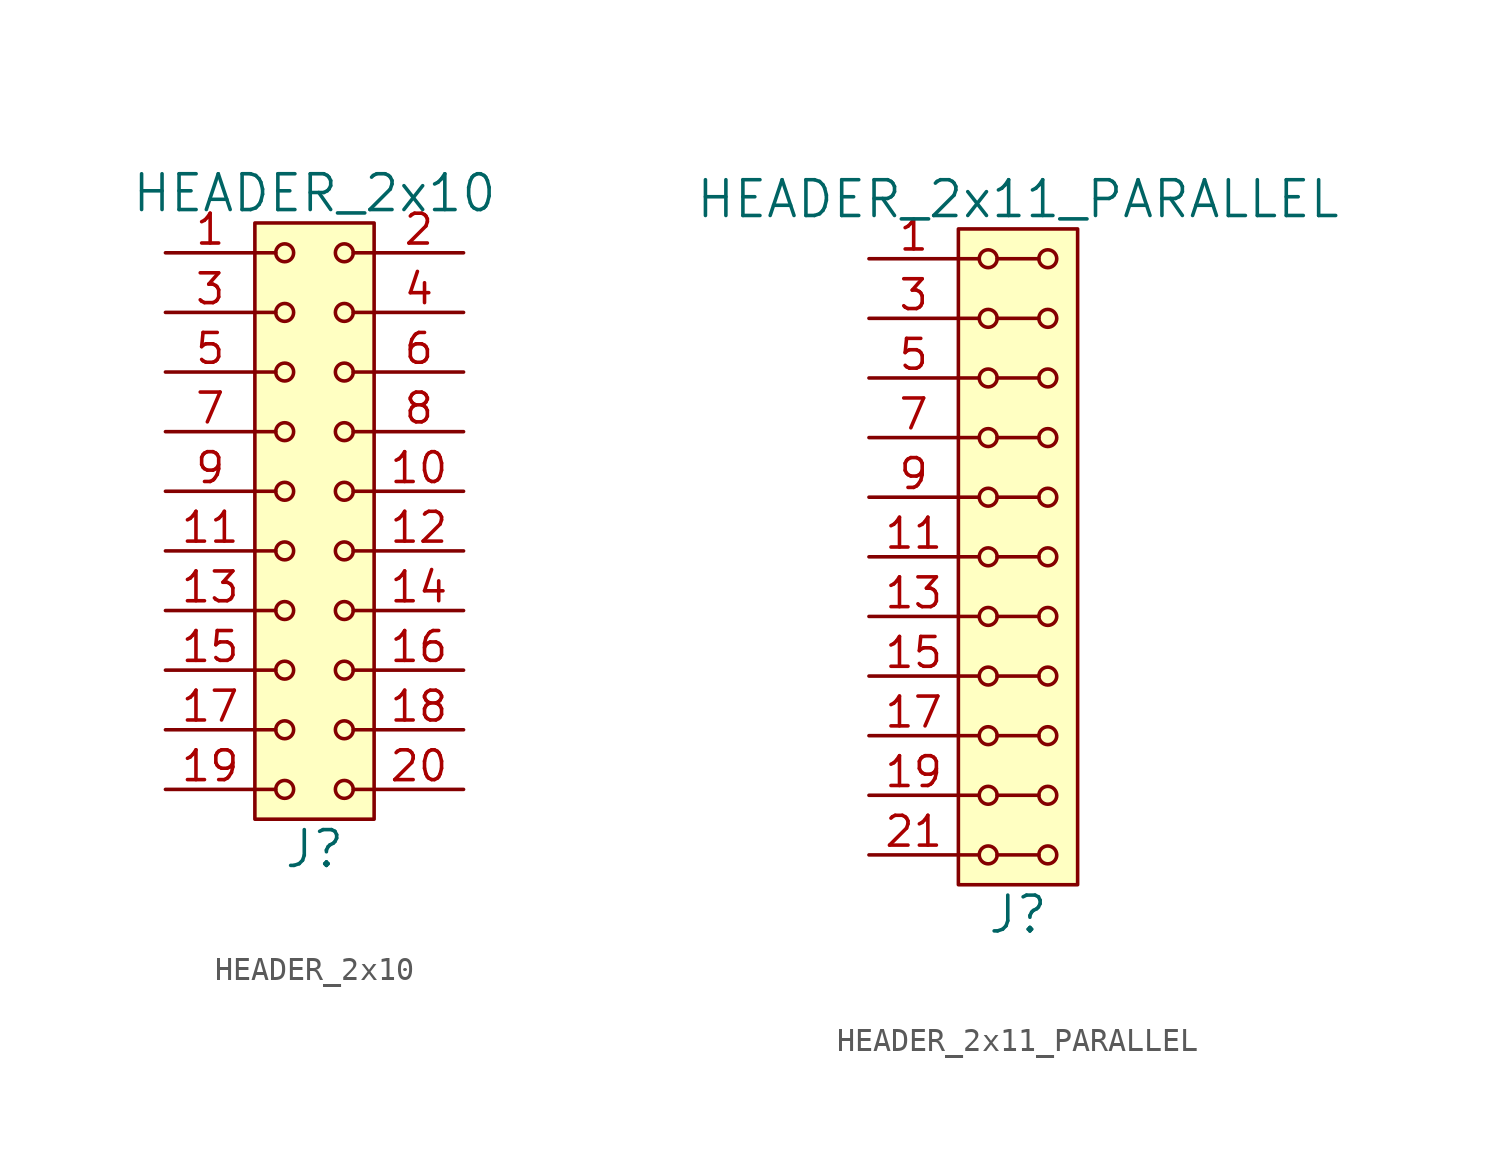
<source format=kicad_sym>
(kicad_symbol_lib
  (version 20211014)
  (generator kicad_symbol_editor)
  (symbol "HEADER_2x10"
    (pin_names
      (offset 1.016))
    (property "Reference" "J"
      (at 0 -13.97 0)
      (effects (font (size 1.524 1.524))))
    (property "Value" "HEADER_2x10"
      (at 0 13.97 0)
      (effects (font (size 1.524 1.524))))
    (property "Footprint" ""
      (at 0 11.43 0)
      (effects (font (size 1.524 1.524))))
    (property "Datasheet" ""
      (at 0 11.43 0)
      (effects (font (size 1.524 1.524))))
    (symbol "HEADER_2x10_0_1"
      (rectangle (start -2.54 12.7) (end 2.54 -12.7) (stroke (width 0) (type default) (color 0 0 0 0)) (fill (type background)))
      (circle (center -1.27 -11.43) (radius 0.381) (stroke (width 0) (type default) (color 0 0 0 0)) (fill (type none)))
      (circle (center -1.27 -8.89) (radius 0.381) (stroke (width 0) (type default) (color 0 0 0 0)) (fill (type none)))
      (circle (center -1.27 -6.35) (radius 0.381) (stroke (width 0) (type default) (color 0 0 0 0)) (fill (type none)))
      (circle (center -1.27 -3.81) (radius 0.381) (stroke (width 0) (type default) (color 0 0 0 0)) (fill (type none)))
      (circle (center -1.27 -1.27) (radius 0.381) (stroke (width 0) (type default) (color 0 0 0 0)) (fill (type none)))
      (circle (center -1.27 1.27) (radius 0.381) (stroke (width 0) (type default) (color 0 0 0 0)) (fill (type none)))
      (circle (center -1.27 3.81) (radius 0.381) (stroke (width 0) (type default) (color 0 0 0 0)) (fill (type none)))
      (circle (center -1.27 6.35) (radius 0.381) (stroke (width 0) (type default) (color 0 0 0 0)) (fill (type none)))
      (circle (center -1.27 8.89) (radius 0.381) (stroke (width 0) (type default) (color 0 0 0 0)) (fill (type none)))
      (circle (center -1.27 11.43) (radius 0.381) (stroke (width 0) (type default) (color 0 0 0 0)) (fill (type none)))
      (polyline (pts (xy -1.651 -11.43) (xy -2.54 -11.43)) (stroke (width 0) (type default) (color 0 0 0 0)) (fill (type none)))
      (polyline (pts (xy -1.651 -8.89) (xy -2.54 -8.89)) (stroke (width 0) (type default) (color 0 0 0 0)) (fill (type none)))
      (polyline (pts (xy -1.651 -6.35) (xy -2.54 -6.35)) (stroke (width 0) (type default) (color 0 0 0 0)) (fill (type none)))
      (polyline (pts (xy -1.651 -3.81) (xy -2.54 -3.81)) (stroke (width 0) (type default) (color 0 0 0 0)) (fill (type none)))
      (polyline (pts (xy -1.651 -1.27) (xy -2.54 -1.27)) (stroke (width 0) (type default) (color 0 0 0 0)) (fill (type none)))
      (polyline (pts (xy -1.651 1.27) (xy -2.54 1.27)) (stroke (width 0) (type default) (color 0 0 0 0)) (fill (type none)))
      (polyline (pts (xy -1.651 3.81) (xy -2.54 3.81)) (stroke (width 0) (type default) (color 0 0 0 0)) (fill (type none)))
      (polyline (pts (xy -1.651 6.35) (xy -2.54 6.35)) (stroke (width 0) (type default) (color 0 0 0 0)) (fill (type none)))
      (polyline (pts (xy -1.651 8.89) (xy -2.54 8.89)) (stroke (width 0) (type default) (color 0 0 0 0)) (fill (type none)))
      (polyline (pts (xy -1.651 11.43) (xy -2.54 11.43)) (stroke (width 0) (type default) (color 0 0 0 0)) (fill (type none)))
      (polyline (pts (xy 1.651 -11.43) (xy 2.54 -11.43)) (stroke (width 0) (type default) (color 0 0 0 0)) (fill (type none)))
      (polyline (pts (xy 1.651 -8.89) (xy 2.54 -8.89)) (stroke (width 0) (type default) (color 0 0 0 0)) (fill (type none)))
      (polyline (pts (xy 1.651 -6.35) (xy 2.54 -6.35)) (stroke (width 0) (type default) (color 0 0 0 0)) (fill (type none)))
      (polyline (pts (xy 1.651 -3.81) (xy 2.54 -3.81)) (stroke (width 0) (type default) (color 0 0 0 0)) (fill (type none)))
      (polyline (pts (xy 1.651 -1.27) (xy 2.54 -1.27)) (stroke (width 0) (type default) (color 0 0 0 0)) (fill (type none)))
      (polyline (pts (xy 1.651 1.27) (xy 2.54 1.27)) (stroke (width 0) (type default) (color 0 0 0 0)) (fill (type none)))
      (polyline (pts (xy 1.651 3.81) (xy 2.54 3.81)) (stroke (width 0) (type default) (color 0 0 0 0)) (fill (type none)))
      (polyline (pts (xy 1.651 6.35) (xy 2.54 6.35)) (stroke (width 0) (type default) (color 0 0 0 0)) (fill (type none)))
      (polyline (pts (xy 1.651 8.89) (xy 2.54 8.89)) (stroke (width 0) (type default) (color 0 0 0 0)) (fill (type none)))
      (polyline (pts (xy 1.651 11.43) (xy 2.54 11.43)) (stroke (width 0) (type default) (color 0 0 0 0)) (fill (type none)))
      (circle (center 1.27 -11.43) (radius 0.381) (stroke (width 0) (type default) (color 0 0 0 0)) (fill (type none)))
      (circle (center 1.27 -8.89) (radius 0.381) (stroke (width 0) (type default) (color 0 0 0 0)) (fill (type none)))
      (circle (center 1.27 -6.35) (radius 0.381) (stroke (width 0) (type default) (color 0 0 0 0)) (fill (type none)))
      (circle (center 1.27 -3.81) (radius 0.381) (stroke (width 0) (type default) (color 0 0 0 0)) (fill (type none)))
      (circle (center 1.27 -1.27) (radius 0.381) (stroke (width 0) (type default) (color 0 0 0 0)) (fill (type none)))
      (circle (center 1.27 1.27) (radius 0.381) (stroke (width 0) (type default) (color 0 0 0 0)) (fill (type none)))
      (circle (center 1.27 3.81) (radius 0.381) (stroke (width 0) (type default) (color 0 0 0 0)) (fill (type none)))
      (circle (center 1.27 6.35) (radius 0.381) (stroke (width 0) (type default) (color 0 0 0 0)) (fill (type none)))
      (circle (center 1.27 8.89) (radius 0.381) (stroke (width 0) (type default) (color 0 0 0 0)) (fill (type none)))
      (circle (center 1.27 11.43) (radius 0.381) (stroke (width 0) (type default) (color 0 0 0 0)) (fill (type none))))
    (symbol "HEADER_2x10_1_1"
      (pin input line (at -6.35 11.43 0) (length 3.81) (name "~" (effects (font (size 1.27 1.27)))) (number "1" (effects (font (size 1.27 1.27)))))
      (pin input line (at 6.35 1.27 180) (length 3.81) (name "~" (effects (font (size 1.27 1.27)))) (number "10" (effects (font (size 1.27 1.27)))))
      (pin input line (at -6.35 -1.27 0) (length 3.81) (name "~" (effects (font (size 1.27 1.27)))) (number "11" (effects (font (size 1.27 1.27)))))
      (pin input line (at 6.35 -1.27 180) (length 3.81) (name "~" (effects (font (size 1.27 1.27)))) (number "12" (effects (font (size 1.27 1.27)))))
      (pin input line (at -6.35 -3.81 0) (length 3.81) (name "~" (effects (font (size 1.27 1.27)))) (number "13" (effects (font (size 1.27 1.27)))))
      (pin input line (at 6.35 -3.81 180) (length 3.81) (name "~" (effects (font (size 1.27 1.27)))) (number "14" (effects (font (size 1.27 1.27)))))
      (pin input line (at -6.35 -6.35 0) (length 3.81) (name "~" (effects (font (size 1.27 1.27)))) (number "15" (effects (font (size 1.27 1.27)))))
      (pin input line (at 6.35 -6.35 180) (length 3.81) (name "~" (effects (font (size 1.27 1.27)))) (number "16" (effects (font (size 1.27 1.27)))))
      (pin input line (at -6.35 -8.89 0) (length 3.81) (name "~" (effects (font (size 1.27 1.27)))) (number "17" (effects (font (size 1.27 1.27)))))
      (pin input line (at 6.35 -8.89 180) (length 3.81) (name "~" (effects (font (size 1.27 1.27)))) (number "18" (effects (font (size 1.27 1.27)))))
      (pin input line (at -6.35 -11.43 0) (length 3.81) (name "~" (effects (font (size 1.27 1.27)))) (number "19" (effects (font (size 1.27 1.27)))))
      (pin input line (at 6.35 11.43 180) (length 3.81) (name "~" (effects (font (size 1.27 1.27)))) (number "2" (effects (font (size 1.27 1.27)))))
      (pin input line (at 6.35 -11.43 180) (length 3.81) (name "~" (effects (font (size 1.27 1.27)))) (number "20" (effects (font (size 1.27 1.27)))))
      (pin input line (at -6.35 8.89 0) (length 3.81) (name "~" (effects (font (size 1.27 1.27)))) (number "3" (effects (font (size 1.27 1.27)))))
      (pin input line (at 6.35 8.89 180) (length 3.81) (name "~" (effects (font (size 1.27 1.27)))) (number "4" (effects (font (size 1.27 1.27)))))
      (pin input line (at -6.35 6.35 0) (length 3.81) (name "~" (effects (font (size 1.27 1.27)))) (number "5" (effects (font (size 1.27 1.27)))))
      (pin input line (at 6.35 6.35 180) (length 3.81) (name "~" (effects (font (size 1.27 1.27)))) (number "6" (effects (font (size 1.27 1.27)))))
      (pin input line (at -6.35 3.81 0) (length 3.81) (name "~" (effects (font (size 1.27 1.27)))) (number "7" (effects (font (size 1.27 1.27)))))
      (pin input line (at 6.35 3.81 180) (length 3.81) (name "~" (effects (font (size 1.27 1.27)))) (number "8" (effects (font (size 1.27 1.27)))))
      (pin input line (at -6.35 1.27 0) (length 3.81) (name "~" (effects (font (size 1.27 1.27)))) (number "9" (effects (font (size 1.27 1.27)))))))
  (symbol "HEADER_2x11_PARALLEL"
    (pin_names
      (offset 1.016))
    (property "Reference" "J"
      (at 0 -15.24 0)
      (effects (font (size 1.524 1.524))))
    (property "Value" "HEADER_2x11_PARALLEL"
      (at 0 15.24 0)
      (effects (font (size 1.524 1.524))))
    (property "Footprint" ""
      (at 0 12.7 0)
      (effects (font (size 1.524 1.524))))
    (property "Datasheet" ""
      (at 0 12.7 0)
      (effects (font (size 1.524 1.524))))
    (symbol "HEADER_2x11_PARALLEL_0_1"
      (rectangle (start -2.54 13.97) (end 2.54 -13.97) (stroke (width 0) (type default) (color 0 0 0 0)) (fill (type background)))
      (circle (center -1.27 -12.7) (radius 0.381) (stroke (width 0) (type default) (color 0 0 0 0)) (fill (type none)))
      (circle (center -1.27 -10.16) (radius 0.381) (stroke (width 0) (type default) (color 0 0 0 0)) (fill (type none)))
      (circle (center -1.27 -7.62) (radius 0.381) (stroke (width 0) (type default) (color 0 0 0 0)) (fill (type none)))
      (circle (center -1.27 -5.08) (radius 0.381) (stroke (width 0) (type default) (color 0 0 0 0)) (fill (type none)))
      (circle (center -1.27 -2.54) (radius 0.381) (stroke (width 0) (type default) (color 0 0 0 0)) (fill (type none)))
      (circle (center -1.27 0) (radius 0.381) (stroke (width 0) (type default) (color 0 0 0 0)) (fill (type none)))
      (circle (center -1.27 2.54) (radius 0.381) (stroke (width 0) (type default) (color 0 0 0 0)) (fill (type none)))
      (circle (center -1.27 5.08) (radius 0.381) (stroke (width 0) (type default) (color 0 0 0 0)) (fill (type none)))
      (circle (center -1.27 7.62) (radius 0.381) (stroke (width 0) (type default) (color 0 0 0 0)) (fill (type none)))
      (circle (center -1.27 10.16) (radius 0.381) (stroke (width 0) (type default) (color 0 0 0 0)) (fill (type none)))
      (circle (center -1.27 12.7) (radius 0.381) (stroke (width 0) (type default) (color 0 0 0 0)) (fill (type none)))
      (polyline (pts (xy -1.651 -12.7) (xy -2.54 -12.7)) (stroke (width 0) (type default) (color 0 0 0 0)) (fill (type none)))
      (polyline (pts (xy -1.651 -10.16) (xy -2.54 -10.16)) (stroke (width 0) (type default) (color 0 0 0 0)) (fill (type none)))
      (polyline (pts (xy -1.651 -7.62) (xy -2.54 -7.62)) (stroke (width 0) (type default) (color 0 0 0 0)) (fill (type none)))
      (polyline (pts (xy -1.651 -5.08) (xy -2.54 -5.08)) (stroke (width 0) (type default) (color 0 0 0 0)) (fill (type none)))
      (polyline (pts (xy -1.651 -2.54) (xy -2.54 -2.54)) (stroke (width 0) (type default) (color 0 0 0 0)) (fill (type none)))
      (polyline (pts (xy -1.651 0) (xy -2.54 0)) (stroke (width 0) (type default) (color 0 0 0 0)) (fill (type none)))
      (polyline (pts (xy -1.651 2.54) (xy -2.54 2.54)) (stroke (width 0) (type default) (color 0 0 0 0)) (fill (type none)))
      (polyline (pts (xy -1.651 5.08) (xy -2.54 5.08)) (stroke (width 0) (type default) (color 0 0 0 0)) (fill (type none)))
      (polyline (pts (xy -1.651 7.62) (xy -2.54 7.62)) (stroke (width 0) (type default) (color 0 0 0 0)) (fill (type none)))
      (polyline (pts (xy -1.651 10.16) (xy -2.54 10.16)) (stroke (width 0) (type default) (color 0 0 0 0)) (fill (type none)))
      (polyline (pts (xy -1.651 12.7) (xy -2.54 12.7)) (stroke (width 0) (type default) (color 0 0 0 0)) (fill (type none)))
      (polyline (pts (xy -0.889 -12.7) (xy 0.889 -12.7)) (stroke (width 0) (type default) (color 0 0 0 0)) (fill (type none)))
      (polyline (pts (xy -0.889 -10.16) (xy 0.889 -10.16)) (stroke (width 0) (type default) (color 0 0 0 0)) (fill (type none)))
      (polyline (pts (xy -0.889 -7.62) (xy 0.889 -7.62)) (stroke (width 0) (type default) (color 0 0 0 0)) (fill (type none)))
      (polyline (pts (xy -0.889 -5.08) (xy 0.889 -5.08)) (stroke (width 0) (type default) (color 0 0 0 0)) (fill (type none)))
      (polyline (pts (xy -0.889 -2.54) (xy 0.889 -2.54)) (stroke (width 0) (type default) (color 0 0 0 0)) (fill (type none)))
      (polyline (pts (xy -0.889 0) (xy 0.889 0)) (stroke (width 0) (type default) (color 0 0 0 0)) (fill (type none)))
      (polyline (pts (xy -0.889 2.54) (xy 0.889 2.54)) (stroke (width 0) (type default) (color 0 0 0 0)) (fill (type none)))
      (polyline (pts (xy -0.889 5.08) (xy 0.889 5.08)) (stroke (width 0) (type default) (color 0 0 0 0)) (fill (type none)))
      (polyline (pts (xy -0.889 7.62) (xy 0.889 7.62)) (stroke (width 0) (type default) (color 0 0 0 0)) (fill (type none)))
      (polyline (pts (xy -0.889 10.16) (xy 0.889 10.16)) (stroke (width 0) (type default) (color 0 0 0 0)) (fill (type none)))
      (polyline (pts (xy -0.889 12.7) (xy 0.889 12.7)) (stroke (width 0) (type default) (color 0 0 0 0)) (fill (type none)))
      (circle (center 1.27 -12.7) (radius 0.381) (stroke (width 0) (type default) (color 0 0 0 0)) (fill (type none)))
      (circle (center 1.27 -10.16) (radius 0.381) (stroke (width 0) (type default) (color 0 0 0 0)) (fill (type none)))
      (circle (center 1.27 -7.62) (radius 0.381) (stroke (width 0) (type default) (color 0 0 0 0)) (fill (type none)))
      (circle (center 1.27 -5.08) (radius 0.381) (stroke (width 0) (type default) (color 0 0 0 0)) (fill (type none)))
      (circle (center 1.27 -2.54) (radius 0.381) (stroke (width 0) (type default) (color 0 0 0 0)) (fill (type none)))
      (circle (center 1.27 0) (radius 0.381) (stroke (width 0) (type default) (color 0 0 0 0)) (fill (type none)))
      (circle (center 1.27 2.54) (radius 0.381) (stroke (width 0) (type default) (color 0 0 0 0)) (fill (type none)))
      (circle (center 1.27 5.08) (radius 0.381) (stroke (width 0) (type default) (color 0 0 0 0)) (fill (type none)))
      (circle (center 1.27 7.62) (radius 0.381) (stroke (width 0) (type default) (color 0 0 0 0)) (fill (type none)))
      (circle (center 1.27 10.16) (radius 0.381) (stroke (width 0) (type default) (color 0 0 0 0)) (fill (type none)))
      (circle (center 1.27 12.7) (radius 0.381) (stroke (width 0) (type default) (color 0 0 0 0)) (fill (type none))))
    (symbol "HEADER_2x11_PARALLEL_1_1"
      (pin input line (at -6.35 12.7 0) (length 3.81) (name "~" (effects (font (size 1.27 1.27)))) (number "1" (effects (font (size 1.27 1.27)))))
      (pin input line (at -6.35 2.54 0) (length 3.81) hide (name "~" (effects (font (size 1.27 1.27)))) (number "10" (effects (font (size 1.27 1.27)))))
      (pin input line (at -6.35 0 0) (length 3.81) (name "~" (effects (font (size 1.27 1.27)))) (number "11" (effects (font (size 1.27 1.27)))))
      (pin input line (at -6.35 0 0) (length 3.81) hide (name "~" (effects (font (size 1.27 1.27)))) (number "12" (effects (font (size 1.27 1.27)))))
      (pin input line (at -6.35 -2.54 0) (length 3.81) (name "~" (effects (font (size 1.27 1.27)))) (number "13" (effects (font (size 1.27 1.27)))))
      (pin input line (at -6.35 -2.54 0) (length 3.81) hide (name "~" (effects (font (size 1.27 1.27)))) (number "14" (effects (font (size 1.27 1.27)))))
      (pin input line (at -6.35 -5.08 0) (length 3.81) (name "~" (effects (font (size 1.27 1.27)))) (number "15" (effects (font (size 1.27 1.27)))))
      (pin input line (at -6.35 -5.08 0) (length 3.81) hide (name "~" (effects (font (size 1.27 1.27)))) (number "16" (effects (font (size 1.27 1.27)))))
      (pin input line (at -6.35 -7.62 0) (length 3.81) (name "~" (effects (font (size 1.27 1.27)))) (number "17" (effects (font (size 1.27 1.27)))))
      (pin input line (at -6.35 -7.62 0) (length 3.81) hide (name "~" (effects (font (size 1.27 1.27)))) (number "18" (effects (font (size 1.27 1.27)))))
      (pin input line (at -6.35 -10.16 0) (length 3.81) (name "~" (effects (font (size 1.27 1.27)))) (number "19" (effects (font (size 1.27 1.27)))))
      (pin input line (at -6.35 12.7 0) (length 3.81) hide (name "~" (effects (font (size 1.27 1.27)))) (number "2" (effects (font (size 1.27 1.27)))))
      (pin input line (at -6.35 -10.16 0) (length 3.81) hide (name "~" (effects (font (size 1.27 1.27)))) (number "20" (effects (font (size 1.27 1.27)))))
      (pin input line (at -6.35 -12.7 0) (length 3.81) (name "~" (effects (font (size 1.27 1.27)))) (number "21" (effects (font (size 1.27 1.27)))))
      (pin input line (at -6.35 -12.7 0) (length 3.81) hide (name "~" (effects (font (size 1.27 1.27)))) (number "22" (effects (font (size 1.27 1.27)))))
      (pin input line (at -6.35 10.16 0) (length 3.81) (name "~" (effects (font (size 1.27 1.27)))) (number "3" (effects (font (size 1.27 1.27)))))
      (pin input line (at -6.35 10.16 0) (length 3.81) hide (name "~" (effects (font (size 1.27 1.27)))) (number "4" (effects (font (size 1.27 1.27)))))
      (pin input line (at -6.35 7.62 0) (length 3.81) (name "~" (effects (font (size 1.27 1.27)))) (number "5" (effects (font (size 1.27 1.27)))))
      (pin input line (at -6.35 7.62 0) (length 3.81) hide (name "~" (effects (font (size 1.27 1.27)))) (number "6" (effects (font (size 1.27 1.27)))))
      (pin input line (at -6.35 5.08 0) (length 3.81) (name "~" (effects (font (size 1.27 1.27)))) (number "7" (effects (font (size 1.27 1.27)))))
      (pin input line (at -6.35 5.08 0) (length 3.81) hide (name "~" (effects (font (size 1.27 1.27)))) (number "8" (effects (font (size 1.27 1.27)))))
      (pin input line (at -6.35 2.54 0) (length 3.81) (name "~" (effects (font (size 1.27 1.27)))) (number "9" (effects (font (size 1.27 1.27))))))))
</source>
